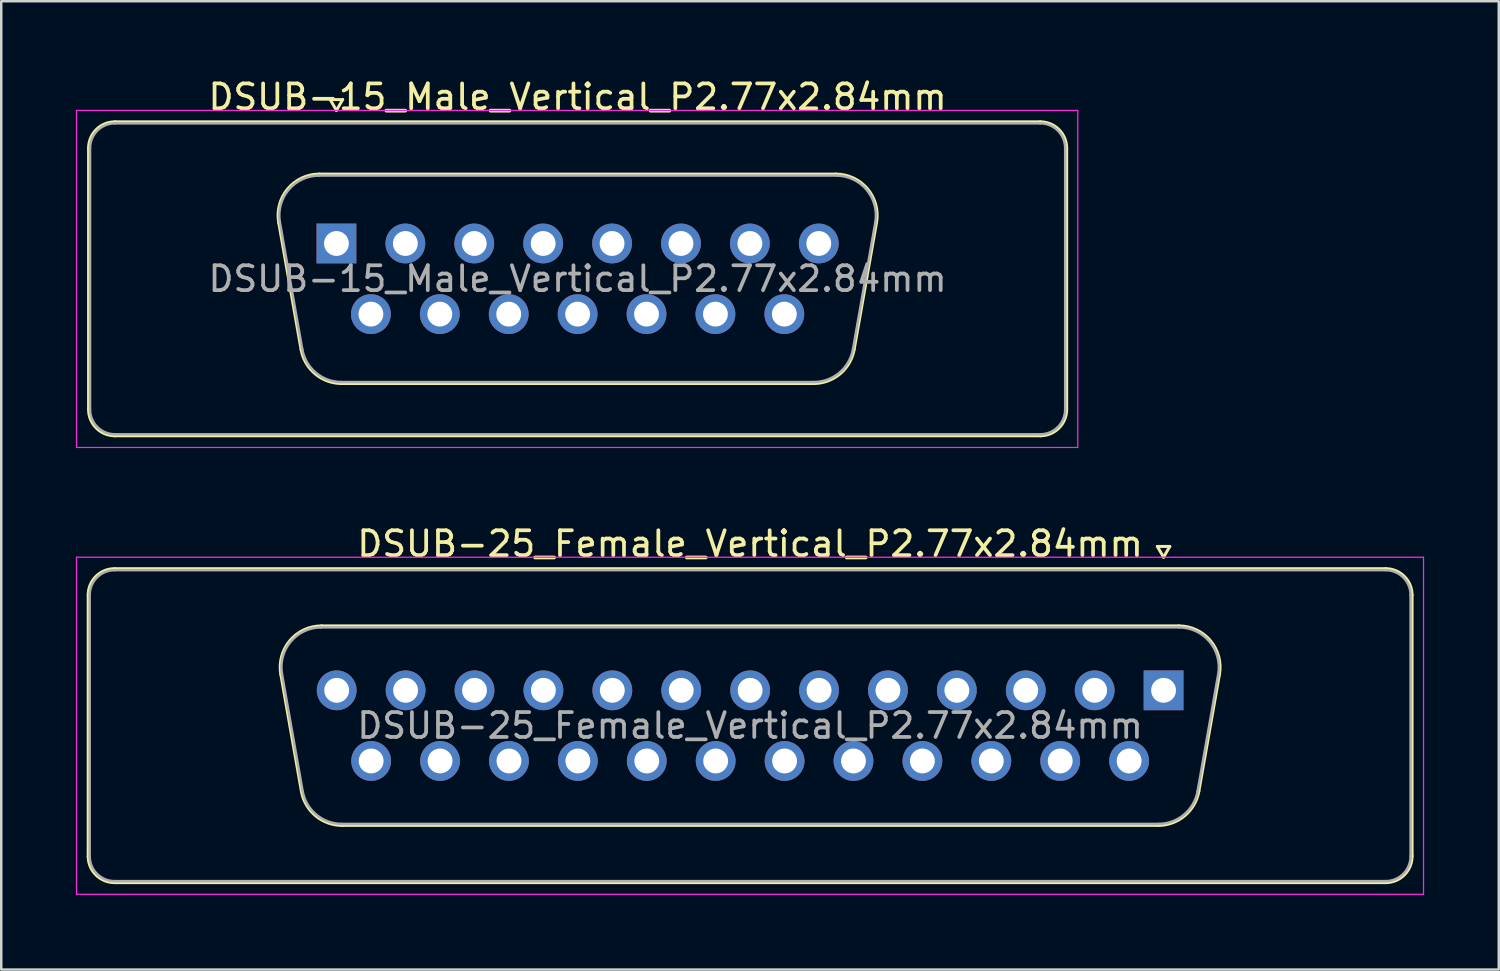
<source format=kicad_pcb>
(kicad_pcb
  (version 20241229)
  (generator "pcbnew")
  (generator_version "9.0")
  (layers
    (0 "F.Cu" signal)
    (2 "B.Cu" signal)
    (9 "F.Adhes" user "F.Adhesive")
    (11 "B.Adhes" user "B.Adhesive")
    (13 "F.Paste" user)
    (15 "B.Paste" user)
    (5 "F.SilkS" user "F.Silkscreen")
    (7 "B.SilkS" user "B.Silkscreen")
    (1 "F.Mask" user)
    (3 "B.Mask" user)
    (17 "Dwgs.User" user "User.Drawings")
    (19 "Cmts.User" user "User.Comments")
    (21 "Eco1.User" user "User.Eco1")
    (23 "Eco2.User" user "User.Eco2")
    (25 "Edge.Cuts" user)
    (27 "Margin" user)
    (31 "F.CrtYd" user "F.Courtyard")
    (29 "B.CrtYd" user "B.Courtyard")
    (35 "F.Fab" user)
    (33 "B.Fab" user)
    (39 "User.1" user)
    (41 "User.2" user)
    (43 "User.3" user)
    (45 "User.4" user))
  (footprint "DSUB-15_Male_Vertical_P2.77x2.84mm"
    (layer "F.Cu")
    (at 10.475 6.738)
    (property "Reference" "DSUB-15_Male_Vertical_P2.77x2.84mm" (at 9.695 -5.89 0) (layer "F.SilkS") (effects (font (size 1 1) (thickness 0.15))))
    (attr through_hole)
    (fp_line (start -9.965 6.67) (end -9.965 -3.83) (stroke (width 0.12) (type solid)) (layer "F.SilkS"))
    (fp_line (start -8.905 -4.89) (end 28.295 -4.89) (stroke (width 0.12) (type solid)) (layer "F.SilkS"))
    (fp_line (start -2.321 -0.842) (end -1.422 4.258) (stroke (width 0.12) (type solid)) (layer "F.SilkS"))
    (fp_line (start -0.687 -2.79) (end 20.077 -2.79) (stroke (width 0.12) (type solid)) (layer "F.SilkS"))
    (fp_line (start -0.25 -5.784) (end 0.25 -5.784) (stroke (width 0.12) (type solid)) (layer "F.SilkS"))
    (fp_line (start 0 -5.351) (end -0.25 -5.784) (stroke (width 0.12) (type solid)) (layer "F.SilkS"))
    (fp_line (start 0.213 5.63) (end 19.177 5.63) (stroke (width 0.12) (type solid)) (layer "F.SilkS"))
    (fp_line (start 0.25 -5.784) (end 0 -5.351) (stroke (width 0.12) (type solid)) (layer "F.SilkS"))
    (fp_line (start 21.711 -0.842) (end 20.812 4.258) (stroke (width 0.12) (type solid)) (layer "F.SilkS"))
    (fp_line (start 28.295 7.73) (end -8.905 7.73) (stroke (width 0.12) (type solid)) (layer "F.SilkS"))
    (fp_line (start 29.355 -3.83) (end 29.355 6.67) (stroke (width 0.12) (type solid)) (layer "F.SilkS"))
    (fp_arc (start -9.965 -3.83) (mid -9.654533 -4.579533) (end -8.905 -4.89) (stroke (width 0.12) (type solid)) (layer "F.SilkS"))
    (fp_arc (start -8.905 7.73) (mid -9.654533 7.419533) (end -9.965 6.67) (stroke (width 0.12) (type solid)) (layer "F.SilkS"))
    (fp_arc (start -2.32147 -0.841744) (mid -1.958323 -2.197028) (end -0.686689 -2.79) (stroke (width 0.12) (type solid)) (layer "F.SilkS"))
    (fp_arc (start 0.212579 5.63) (mid -0.854449 5.241634) (end -1.422202 4.258256) (stroke (width 0.12) (type solid)) (layer "F.SilkS"))
    (fp_arc (start 20.076689 -2.79) (mid 21.348323 -2.197027) (end 21.71147 -0.841744) (stroke (width 0.12) (type solid)) (layer "F.SilkS"))
    (fp_arc (start 20.812202 4.258256) (mid 20.244449 5.241634) (end 19.177421 5.63) (stroke (width 0.12) (type solid)) (layer "F.SilkS"))
    (fp_arc (start 28.295 -4.89) (mid 29.044533 -4.579533) (end 29.355 -3.83) (stroke (width 0.12) (type solid)) (layer "F.SilkS"))
    (fp_arc (start 29.355 6.67) (mid 29.044533 7.419533) (end 28.295 7.73) (stroke (width 0.12) (type solid)) (layer "F.SilkS"))
    (fp_line (start -10.45 -5.35) (end -10.45 8.2) (stroke (width 0.05) (type solid)) (layer "F.CrtYd"))
    (fp_line (start -10.45 8.2) (end 29.8 8.2) (stroke (width 0.05) (type solid)) (layer "F.CrtYd"))
    (fp_line (start 29.8 -5.35) (end -10.45 -5.35) (stroke (width 0.05) (type solid)) (layer "F.CrtYd"))
    (fp_line (start 29.8 8.2) (end 29.8 -5.35) (stroke (width 0.05) (type solid)) (layer "F.CrtYd"))
    (fp_line (start -9.905 6.67) (end -9.905 -3.83) (stroke (width 0.1) (type solid)) (layer "F.Fab"))
    (fp_line (start -8.905 -4.83) (end 28.295 -4.83) (stroke (width 0.1) (type solid)) (layer "F.Fab"))
    (fp_line (start -2.274 -0.852) (end -1.375 4.248) (stroke (width 0.1) (type solid)) (layer "F.Fab"))
    (fp_line (start -0.698 -2.73) (end 20.088 -2.73) (stroke (width 0.1) (type solid)) (layer "F.Fab"))
    (fp_line (start 0.201 5.57) (end 19.189 5.57) (stroke (width 0.1) (type solid)) (layer "F.Fab"))
    (fp_line (start 21.664 -0.852) (end 20.765 4.248) (stroke (width 0.1) (type solid)) (layer "F.Fab"))
    (fp_line (start 28.295 7.67) (end -8.905 7.67) (stroke (width 0.1) (type solid)) (layer "F.Fab"))
    (fp_line (start 29.295 -3.83) (end 29.295 6.67) (stroke (width 0.1) (type solid)) (layer "F.Fab"))
    (fp_arc (start -9.905 -3.83) (mid -9.612107 -4.537107) (end -8.905 -4.83) (stroke (width 0.1) (type solid)) (layer "F.Fab"))
    (fp_arc (start -8.905 7.67) (mid -9.612107 7.377107) (end -9.905 6.67) (stroke (width 0.1) (type solid)) (layer "F.Fab"))
    (fp_arc (start -2.273886 -0.852163) (mid -1.923865 -2.15846) (end -0.698194 -2.73) (stroke (width 0.1) (type solid)) (layer "F.Fab"))
    (fp_arc (start 0.201073 5.57) (mid -0.827387 5.195671) (end -1.374619 4.247837) (stroke (width 0.1) (type solid)) (layer "F.Fab"))
    (fp_arc (start 20.088194 -2.73) (mid 21.313865 -2.15846) (end 21.663886 -0.852163) (stroke (width 0.1) (type solid)) (layer "F.Fab"))
    (fp_arc (start 20.764619 4.247837) (mid 20.217387 5.195671) (end 19.188927 5.57) (stroke (width 0.1) (type solid)) (layer "F.Fab"))
    (fp_arc (start 28.295 -4.83) (mid 29.002107 -4.537107) (end 29.295 -3.83) (stroke (width 0.1) (type solid)) (layer "F.Fab"))
    (fp_arc (start 29.295 6.67) (mid 29.002107 7.377107) (end 28.295 7.67) (stroke (width 0.1) (type solid)) (layer "F.Fab"))
    (fp_text user "${REFERENCE}" (at 9.695 1.42 0) (layer "F.Fab") (effects (font (size 1 1) (thickness 0.15))))
    (pad "1" thru_hole rect (at 0 0) (size 1.6 1.6) (drill 1) (layers "*.Cu" "*.Mask"))
    (pad "2" thru_hole circle (at 2.77 0) (size 1.6 1.6) (drill 1) (layers "*.Cu" "*.Mask"))
    (pad "3" thru_hole circle (at 5.54 0) (size 1.6 1.6) (drill 1) (layers "*.Cu" "*.Mask"))
    (pad "4" thru_hole circle (at 8.31 0) (size 1.6 1.6) (drill 1) (layers "*.Cu" "*.Mask"))
    (pad "5" thru_hole circle (at 11.08 0) (size 1.6 1.6) (drill 1) (layers "*.Cu" "*.Mask"))
    (pad "6" thru_hole circle (at 13.85 0) (size 1.6 1.6) (drill 1) (layers "*.Cu" "*.Mask"))
    (pad "7" thru_hole circle (at 16.62 0) (size 1.6 1.6) (drill 1) (layers "*.Cu" "*.Mask"))
    (pad "8" thru_hole circle (at 19.39 0) (size 1.6 1.6) (drill 1) (layers "*.Cu" "*.Mask"))
    (pad "9" thru_hole circle (at 1.385 2.84) (size 1.6 1.6) (drill 1) (layers "*.Cu" "*.Mask"))
    (pad "10" thru_hole circle (at 4.155 2.84) (size 1.6 1.6) (drill 1) (layers "*.Cu" "*.Mask"))
    (pad "11" thru_hole circle (at 6.925 2.84) (size 1.6 1.6) (drill 1) (layers "*.Cu" "*.Mask"))
    (pad "12" thru_hole circle (at 9.695 2.84) (size 1.6 1.6) (drill 1) (layers "*.Cu" "*.Mask"))
    (pad "13" thru_hole circle (at 12.465 2.84) (size 1.6 1.6) (drill 1) (layers "*.Cu" "*.Mask"))
    (pad "14" thru_hole circle (at 15.235 2.84) (size 1.6 1.6) (drill 1) (layers "*.Cu" "*.Mask"))
    (pad "15" thru_hole circle (at 18.005 2.84) (size 1.6 1.6) (drill 1) (layers "*.Cu" "*.Mask")))
  (footprint "DSUB-25_Female_Vertical_P2.77x2.84mm"
    (layer "F.Cu")
    (at 43.725 24.701)
    (property "Reference" "DSUB-25_Female_Vertical_P2.77x2.84mm" (at -16.62 -5.89 0) (layer "F.SilkS") (effects (font (size 1 1) (thickness 0.15))))
    (attr through_hole)
    (fp_line (start -43.23 6.67) (end -43.23 -3.83) (stroke (width 0.12) (type solid)) (layer "F.SilkS"))
    (fp_line (start -42.17 -4.89) (end 8.93 -4.89) (stroke (width 0.12) (type solid)) (layer "F.SilkS"))
    (fp_line (start -35.486 -0.642) (end -34.658 4.058) (stroke (width 0.12) (type solid)) (layer "F.SilkS"))
    (fp_line (start -33.852 -2.59) (end 0.612 -2.59) (stroke (width 0.12) (type solid)) (layer "F.SilkS"))
    (fp_line (start -33.023 5.43) (end -0.217 5.43) (stroke (width 0.12) (type solid)) (layer "F.SilkS"))
    (fp_line (start -0.25 -5.784) (end 0.25 -5.784) (stroke (width 0.12) (type solid)) (layer "F.SilkS"))
    (fp_line (start 0 -5.351) (end -0.25 -5.784) (stroke (width 0.12) (type solid)) (layer "F.SilkS"))
    (fp_line (start 0.25 -5.784) (end 0 -5.351) (stroke (width 0.12) (type solid)) (layer "F.SilkS"))
    (fp_line (start 2.246 -0.642) (end 1.418 4.058) (stroke (width 0.12) (type solid)) (layer "F.SilkS"))
    (fp_line (start 8.93 7.73) (end -42.17 7.73) (stroke (width 0.12) (type solid)) (layer "F.SilkS"))
    (fp_line (start 9.99 -3.83) (end 9.99 6.67) (stroke (width 0.12) (type solid)) (layer "F.SilkS"))
    (fp_arc (start -43.23 -3.83) (mid -42.919533 -4.579533) (end -42.17 -4.89) (stroke (width 0.12) (type solid)) (layer "F.SilkS"))
    (fp_arc (start -42.17 7.73) (mid -42.919533 7.419533) (end -43.23 6.67) (stroke (width 0.12) (type solid)) (layer "F.SilkS"))
    (fp_arc (start -35.48647 -0.641744) (mid -35.123323 -1.997028) (end -33.851689 -2.59) (stroke (width 0.12) (type solid)) (layer "F.SilkS"))
    (fp_arc (start -33.022952 5.43) (mid -34.08998 5.041634) (end -34.657733 4.058256) (stroke (width 0.12) (type solid)) (layer "F.SilkS"))
    (fp_arc (start 0.611689 -2.59) (mid 1.883323 -1.997027) (end 2.24647 -0.641744) (stroke (width 0.12) (type solid)) (layer "F.SilkS"))
    (fp_arc (start 1.417733 4.058256) (mid 0.84998 5.041634) (end -0.217048 5.43) (stroke (width 0.12) (type solid)) (layer "F.SilkS"))
    (fp_arc (start 8.93 -4.89) (mid 9.679533 -4.579533) (end 9.99 -3.83) (stroke (width 0.12) (type solid)) (layer "F.SilkS"))
    (fp_arc (start 9.99 6.67) (mid 9.679533 7.419533) (end 8.93 7.73) (stroke (width 0.12) (type solid)) (layer "F.SilkS"))
    (fp_line (start -43.7 -5.35) (end -43.7 8.2) (stroke (width 0.05) (type solid)) (layer "F.CrtYd"))
    (fp_line (start -43.7 8.2) (end 10.45 8.2) (stroke (width 0.05) (type solid)) (layer "F.CrtYd"))
    (fp_line (start 10.45 -5.35) (end -43.7 -5.35) (stroke (width 0.05) (type solid)) (layer "F.CrtYd"))
    (fp_line (start 10.45 8.2) (end 10.45 -5.35) (stroke (width 0.05) (type solid)) (layer "F.CrtYd"))
    (fp_line (start -43.17 6.67) (end -43.17 -3.83) (stroke (width 0.1) (type solid)) (layer "F.Fab"))
    (fp_line (start -42.17 -4.83) (end 8.93 -4.83) (stroke (width 0.1) (type solid)) (layer "F.Fab"))
    (fp_line (start -35.439 -0.652) (end -34.61 4.048) (stroke (width 0.1) (type solid)) (layer "F.Fab"))
    (fp_line (start -33.863 -2.53) (end 0.623 -2.53) (stroke (width 0.1) (type solid)) (layer "F.Fab"))
    (fp_line (start -33.034 5.37) (end -0.206 5.37) (stroke (width 0.1) (type solid)) (layer "F.Fab"))
    (fp_line (start 2.199 -0.652) (end 1.37 4.048) (stroke (width 0.1) (type solid)) (layer "F.Fab"))
    (fp_line (start 8.93 7.67) (end -42.17 7.67) (stroke (width 0.1) (type solid)) (layer "F.Fab"))
    (fp_line (start 9.93 -3.83) (end 9.93 6.67) (stroke (width 0.1) (type solid)) (layer "F.Fab"))
    (fp_arc (start -43.17 -3.83) (mid -42.877107 -4.537107) (end -42.17 -4.83) (stroke (width 0.1) (type solid)) (layer "F.Fab"))
    (fp_arc (start -42.17 7.67) (mid -42.877107 7.377107) (end -43.17 6.67) (stroke (width 0.1) (type solid)) (layer "F.Fab"))
    (fp_arc (start -35.438886 -0.652163) (mid -35.088865 -1.95846) (end -33.863194 -2.53) (stroke (width 0.1) (type solid)) (layer "F.Fab"))
    (fp_arc (start -33.034457 5.37) (mid -34.062917 4.995671) (end -34.610149 4.047837) (stroke (width 0.1) (type solid)) (layer "F.Fab"))
    (fp_arc (start 0.623194 -2.53) (mid 1.848865 -1.95846) (end 2.198886 -0.652163) (stroke (width 0.1) (type solid)) (layer "F.Fab"))
    (fp_arc (start 1.370149 4.047837) (mid 0.822917 4.995671) (end -0.205543 5.37) (stroke (width 0.1) (type solid)) (layer "F.Fab"))
    (fp_arc (start 8.93 -4.83) (mid 9.637107 -4.537107) (end 9.93 -3.83) (stroke (width 0.1) (type solid)) (layer "F.Fab"))
    (fp_arc (start 9.93 6.67) (mid 9.637107 7.377107) (end 8.93 7.67) (stroke (width 0.1) (type solid)) (layer "F.Fab"))
    (fp_text user "${REFERENCE}" (at -16.62 1.42 0) (layer "F.Fab") (effects (font (size 1 1) (thickness 0.15))))
    (pad "1" thru_hole rect (at 0 0) (size 1.6 1.6) (drill 1) (layers "*.Cu" "*.Mask"))
    (pad "2" thru_hole circle (at -2.77 0) (size 1.6 1.6) (drill 1) (layers "*.Cu" "*.Mask"))
    (pad "3" thru_hole circle (at -5.54 0) (size 1.6 1.6) (drill 1) (layers "*.Cu" "*.Mask"))
    (pad "4" thru_hole circle (at -8.31 0) (size 1.6 1.6) (drill 1) (layers "*.Cu" "*.Mask"))
    (pad "5" thru_hole circle (at -11.08 0) (size 1.6 1.6) (drill 1) (layers "*.Cu" "*.Mask"))
    (pad "6" thru_hole circle (at -13.85 0) (size 1.6 1.6) (drill 1) (layers "*.Cu" "*.Mask"))
    (pad "7" thru_hole circle (at -16.62 0) (size 1.6 1.6) (drill 1) (layers "*.Cu" "*.Mask"))
    (pad "8" thru_hole circle (at -19.39 0) (size 1.6 1.6) (drill 1) (layers "*.Cu" "*.Mask"))
    (pad "9" thru_hole circle (at -22.16 0) (size 1.6 1.6) (drill 1) (layers "*.Cu" "*.Mask"))
    (pad "10" thru_hole circle (at -24.93 0) (size 1.6 1.6) (drill 1) (layers "*.Cu" "*.Mask"))
    (pad "11" thru_hole circle (at -27.7 0) (size 1.6 1.6) (drill 1) (layers "*.Cu" "*.Mask"))
    (pad "12" thru_hole circle (at -30.47 0) (size 1.6 1.6) (drill 1) (layers "*.Cu" "*.Mask"))
    (pad "13" thru_hole circle (at -33.24 0) (size 1.6 1.6) (drill 1) (layers "*.Cu" "*.Mask"))
    (pad "14" thru_hole circle (at -1.385 2.84) (size 1.6 1.6) (drill 1) (layers "*.Cu" "*.Mask"))
    (pad "15" thru_hole circle (at -4.155 2.84) (size 1.6 1.6) (drill 1) (layers "*.Cu" "*.Mask"))
    (pad "16" thru_hole circle (at -6.925 2.84) (size 1.6 1.6) (drill 1) (layers "*.Cu" "*.Mask"))
    (pad "17" thru_hole circle (at -9.695 2.84) (size 1.6 1.6) (drill 1) (layers "*.Cu" "*.Mask"))
    (pad "18" thru_hole circle (at -12.465 2.84) (size 1.6 1.6) (drill 1) (layers "*.Cu" "*.Mask"))
    (pad "19" thru_hole circle (at -15.235 2.84) (size 1.6 1.6) (drill 1) (layers "*.Cu" "*.Mask"))
    (pad "20" thru_hole circle (at -18.005 2.84) (size 1.6 1.6) (drill 1) (layers "*.Cu" "*.Mask"))
    (pad "21" thru_hole circle (at -20.775 2.84) (size 1.6 1.6) (drill 1) (layers "*.Cu" "*.Mask"))
    (pad "22" thru_hole circle (at -23.545 2.84) (size 1.6 1.6) (drill 1) (layers "*.Cu" "*.Mask"))
    (pad "23" thru_hole circle (at -26.315 2.84) (size 1.6 1.6) (drill 1) (layers "*.Cu" "*.Mask"))
    (pad "24" thru_hole circle (at -29.085 2.84) (size 1.6 1.6) (drill 1) (layers "*.Cu" "*.Mask"))
    (pad "25" thru_hole circle (at -31.855 2.84) (size 1.6 1.6) (drill 1) (layers "*.Cu" "*.Mask")))
  (gr_rect
    (start -3 -3)
    (end 57.2 35.926)
    (stroke (width 0.1) (type default))
    (fill no)
    (layer "Edge.Cuts")))
</source>
